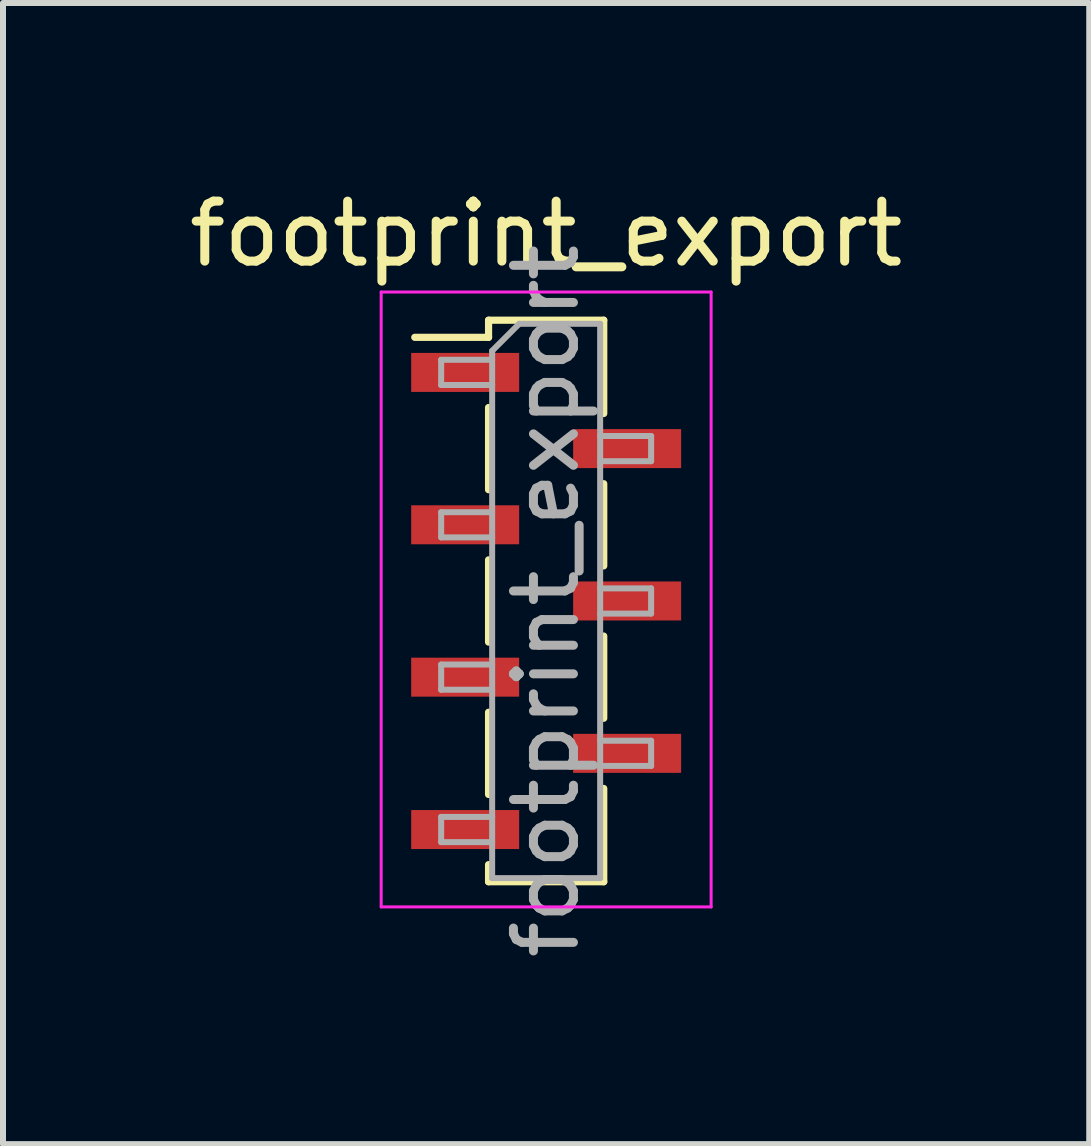
<source format=kicad_pcb>
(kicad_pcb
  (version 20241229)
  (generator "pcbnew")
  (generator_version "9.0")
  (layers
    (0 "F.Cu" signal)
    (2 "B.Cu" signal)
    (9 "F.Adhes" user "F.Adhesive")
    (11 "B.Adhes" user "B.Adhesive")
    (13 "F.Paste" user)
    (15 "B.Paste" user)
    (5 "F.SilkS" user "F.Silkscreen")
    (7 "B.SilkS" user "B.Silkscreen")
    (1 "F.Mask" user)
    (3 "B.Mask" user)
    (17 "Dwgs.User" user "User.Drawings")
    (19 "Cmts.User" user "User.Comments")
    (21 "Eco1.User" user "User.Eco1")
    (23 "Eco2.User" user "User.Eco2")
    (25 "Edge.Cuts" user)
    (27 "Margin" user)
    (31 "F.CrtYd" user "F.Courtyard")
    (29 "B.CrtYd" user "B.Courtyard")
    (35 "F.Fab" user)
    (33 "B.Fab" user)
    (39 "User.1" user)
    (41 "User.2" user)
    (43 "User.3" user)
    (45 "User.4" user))
  (footprint "footprint_export"
    (layer "F.Cu")
    (at 6.054 6.968)
    (property "Reference" "footprint_export" (at 0 -6.12 0) (layer "F.SilkS") (effects (font (size 1 1) (thickness 0.15))))
    (attr smd)
    (fp_line (start -2.19 -4.395) (end -0.96 -4.395) (stroke (width 0.12) (type solid)) (layer "F.SilkS"))
    (fp_line (start -0.96 -4.68) (end -0.96 -4.395) (stroke (width 0.12) (type solid)) (layer "F.SilkS"))
    (fp_line (start -0.96 -4.68) (end 0.96 -4.68) (stroke (width 0.12) (type solid)) (layer "F.SilkS"))
    (fp_line (start -0.96 -3.225) (end -0.96 -1.855) (stroke (width 0.12) (type solid)) (layer "F.SilkS"))
    (fp_line (start -0.96 -0.685) (end -0.96 0.685) (stroke (width 0.12) (type solid)) (layer "F.SilkS"))
    (fp_line (start -0.96 1.855) (end -0.96 3.225) (stroke (width 0.12) (type solid)) (layer "F.SilkS"))
    (fp_line (start -0.96 4.395) (end -0.96 4.68) (stroke (width 0.12) (type solid)) (layer "F.SilkS"))
    (fp_line (start -0.96 4.68) (end 0.96 4.68) (stroke (width 0.12) (type solid)) (layer "F.SilkS"))
    (fp_line (start 0.96 -4.68) (end 0.96 -3.125) (stroke (width 0.12) (type solid)) (layer "F.SilkS"))
    (fp_line (start 0.96 -1.955) (end 0.96 -0.585) (stroke (width 0.12) (type solid)) (layer "F.SilkS"))
    (fp_line (start 0.96 0.585) (end 0.96 1.955) (stroke (width 0.12) (type solid)) (layer "F.SilkS"))
    (fp_line (start 0.96 3.125) (end 0.96 4.68) (stroke (width 0.12) (type solid)) (layer "F.SilkS"))
    (fp_line (start -2.75 -5.15) (end 2.75 -5.15) (stroke (width 0.05) (type solid)) (layer "F.CrtYd"))
    (fp_line (start -2.75 5.1) (end -2.75 -5.15) (stroke (width 0.05) (type solid)) (layer "F.CrtYd"))
    (fp_line (start 2.75 -5.15) (end 2.75 5.1) (stroke (width 0.05) (type solid)) (layer "F.CrtYd"))
    (fp_line (start 2.75 5.1) (end -2.75 5.1) (stroke (width 0.05) (type solid)) (layer "F.CrtYd"))
    (fp_line (start -1.75 -4.02) (end -0.9 -4.02) (stroke (width 0.1) (type solid)) (layer "F.Fab"))
    (fp_line (start -1.75 -3.6) (end -1.75 -4.02) (stroke (width 0.1) (type solid)) (layer "F.Fab"))
    (fp_line (start -1.75 -1.48) (end -0.9 -1.48) (stroke (width 0.1) (type solid)) (layer "F.Fab"))
    (fp_line (start -1.75 -1.06) (end -1.75 -1.48) (stroke (width 0.1) (type solid)) (layer "F.Fab"))
    (fp_line (start -1.75 1.06) (end -0.9 1.06) (stroke (width 0.1) (type solid)) (layer "F.Fab"))
    (fp_line (start -1.75 1.48) (end -1.75 1.06) (stroke (width 0.1) (type solid)) (layer "F.Fab"))
    (fp_line (start -1.75 3.6) (end -0.9 3.6) (stroke (width 0.1) (type solid)) (layer "F.Fab"))
    (fp_line (start -1.75 4.02) (end -1.75 3.6) (stroke (width 0.1) (type solid)) (layer "F.Fab"))
    (fp_line (start -0.9 -4.17) (end -0.45 -4.62) (stroke (width 0.1) (type solid)) (layer "F.Fab"))
    (fp_line (start -0.9 -3.6) (end -1.75 -3.6) (stroke (width 0.1) (type solid)) (layer "F.Fab"))
    (fp_line (start -0.9 -1.06) (end -1.75 -1.06) (stroke (width 0.1) (type solid)) (layer "F.Fab"))
    (fp_line (start -0.9 1.48) (end -1.75 1.48) (stroke (width 0.1) (type solid)) (layer "F.Fab"))
    (fp_line (start -0.9 4.02) (end -1.75 4.02) (stroke (width 0.1) (type solid)) (layer "F.Fab"))
    (fp_line (start -0.9 4.62) (end -0.9 -4.17) (stroke (width 0.1) (type solid)) (layer "F.Fab"))
    (fp_line (start -0.45 -4.62) (end 0.9 -4.62) (stroke (width 0.1) (type solid)) (layer "F.Fab"))
    (fp_line (start 0.9 -4.62) (end 0.9 4.62) (stroke (width 0.1) (type solid)) (layer "F.Fab"))
    (fp_line (start 0.9 -2.75) (end 1.75 -2.75) (stroke (width 0.1) (type solid)) (layer "F.Fab"))
    (fp_line (start 0.9 -0.21) (end 1.75 -0.21) (stroke (width 0.1) (type solid)) (layer "F.Fab"))
    (fp_line (start 0.9 2.33) (end 1.75 2.33) (stroke (width 0.1) (type solid)) (layer "F.Fab"))
    (fp_line (start 0.9 4.62) (end -0.9 4.62) (stroke (width 0.1) (type solid)) (layer "F.Fab"))
    (fp_line (start 1.75 -2.75) (end 1.75 -2.33) (stroke (width 0.1) (type solid)) (layer "F.Fab"))
    (fp_line (start 1.75 -2.33) (end 0.9 -2.33) (stroke (width 0.1) (type solid)) (layer "F.Fab"))
    (fp_line (start 1.75 -0.21) (end 1.75 0.21) (stroke (width 0.1) (type solid)) (layer "F.Fab"))
    (fp_line (start 1.75 0.21) (end 0.9 0.21) (stroke (width 0.1) (type solid)) (layer "F.Fab"))
    (fp_line (start 1.75 2.33) (end 1.75 2.75) (stroke (width 0.1) (type solid)) (layer "F.Fab"))
    (fp_line (start 1.75 2.75) (end 0.9 2.75) (stroke (width 0.1) (type solid)) (layer "F.Fab"))
    (fp_text user "${REFERENCE}" (at 0 0 90) (layer "F.Fab") (effects (font (size 1 1) (thickness 0.15))))
    (pad "1" smd rect (at -1.35 -3.81) (size 1.8 0.65) (layers "F.Cu" "F.Mask" "F.Paste"))
    (pad "2" smd rect (at 1.35 -2.54) (size 1.8 0.65) (layers "F.Cu" "F.Mask" "F.Paste"))
    (pad "3" smd rect (at -1.35 -1.27) (size 1.8 0.65) (layers "F.Cu" "F.Mask" "F.Paste"))
    (pad "4" smd rect (at 1.35 0) (size 1.8 0.65) (layers "F.Cu" "F.Mask" "F.Paste"))
    (pad "5" smd rect (at -1.35 1.27) (size 1.8 0.65) (layers "F.Cu" "F.Mask" "F.Paste"))
    (pad "6" smd rect (at 1.35 2.54) (size 1.8 0.65) (layers "F.Cu" "F.Mask" "F.Paste"))
    (pad "7" smd rect (at -1.35 3.81) (size 1.8 0.65) (layers "F.Cu" "F.Mask" "F.Paste")))
  (gr_rect
    (start -3 -3)
    (end 15.107 16.022)
    (stroke (width 0.1) (type default))
    (fill no)
    (layer "Edge.Cuts")))
</source>
